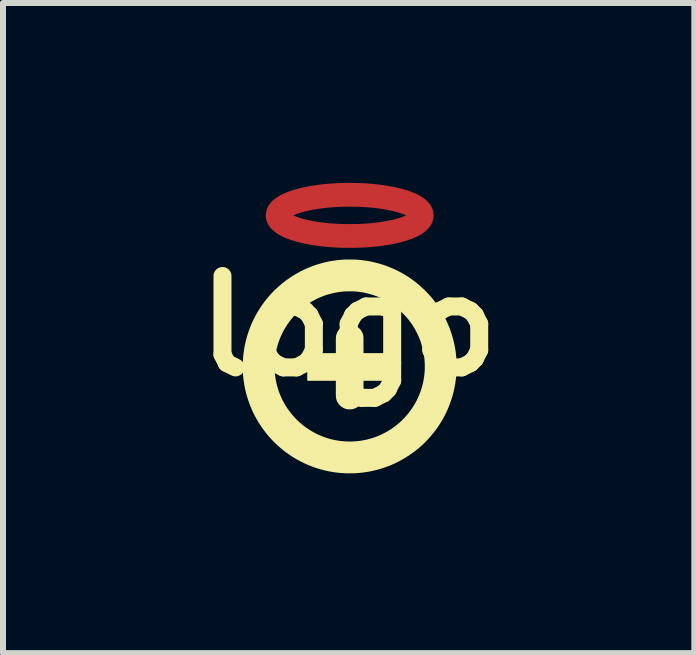
<source format=kicad_pcb>
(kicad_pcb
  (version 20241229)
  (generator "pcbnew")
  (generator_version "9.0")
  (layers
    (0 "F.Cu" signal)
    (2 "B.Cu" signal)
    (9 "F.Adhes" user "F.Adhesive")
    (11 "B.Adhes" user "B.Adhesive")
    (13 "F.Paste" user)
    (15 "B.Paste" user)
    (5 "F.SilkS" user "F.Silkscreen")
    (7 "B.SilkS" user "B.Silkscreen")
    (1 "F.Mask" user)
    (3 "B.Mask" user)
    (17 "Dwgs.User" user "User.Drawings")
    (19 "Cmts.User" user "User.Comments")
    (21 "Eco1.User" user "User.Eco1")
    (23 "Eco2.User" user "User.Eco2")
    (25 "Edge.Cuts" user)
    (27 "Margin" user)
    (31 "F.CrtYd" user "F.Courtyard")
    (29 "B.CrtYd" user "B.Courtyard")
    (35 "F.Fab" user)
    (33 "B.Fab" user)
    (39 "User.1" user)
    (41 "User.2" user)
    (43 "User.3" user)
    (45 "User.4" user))
  (footprint "logo"
    (layer "F.Cu")
    (at 2.765 2.388)
    (property "Reference" "logo" (at 0 0 0) (layer "F.SilkS") (effects (font (size 1.524 1.524) (thickness 0.3))))
    (attr board_only exclude_from_pos_files exclude_from_bom)
    (fp_poly (pts (xy 0.099 -2.387) (xy 0.165 -2.385) (xy 0.229 -2.383) (xy 0.252 -2.382) (xy 0.321 -2.377) (xy 0.389 -2.372) (xy 0.456 -2.365) (xy 0.521 -2.358) (xy 0.585 -2.349) (xy 0.647 -2.34) (xy 0.706 -2.329) (xy 0.764 -2.318) (xy 0.82 -2.306) (xy 0.874 -2.292) (xy 0.926 -2.278) (xy 0.975 -2.263) (xy 1.022 -2.247) (xy 1.066 -2.231) (xy 1.108 -2.213) (xy 1.147 -2.195) (xy 1.173 -2.181) (xy 1.209 -2.161) (xy 1.242 -2.139) (xy 1.272 -2.117) (xy 1.299 -2.093) (xy 1.324 -2.069) (xy 1.345 -2.044) (xy 1.364 -2.017) (xy 1.38 -1.99) (xy 1.393 -1.962) (xy 1.404 -1.933) (xy 1.411 -1.903) (xy 1.413 -1.89) (xy 1.415 -1.878) (xy 1.416 -1.864) (xy 1.416 -1.85) (xy 1.416 -1.835) (xy 1.415 -1.82) (xy 1.414 -1.808) (xy 1.413 -1.801) (xy 1.408 -1.775) (xy 1.401 -1.751) (xy 1.392 -1.727) (xy 1.383 -1.708) (xy 1.368 -1.681) (xy 1.351 -1.656) (xy 1.331 -1.631) (xy 1.309 -1.607) (xy 1.284 -1.584) (xy 1.256 -1.563) (xy 1.226 -1.542) (xy 1.193 -1.521) (xy 1.157 -1.502) (xy 1.118 -1.483) (xy 1.076 -1.465) (xy 1.038 -1.45) (xy 0.988 -1.433) (xy 0.935 -1.416) (xy 0.88 -1.401) (xy 0.823 -1.386) (xy 0.762 -1.373) (xy 0.7 -1.361) (xy 0.635 -1.35) (xy 0.568 -1.34) (xy 0.5 -1.331) (xy 0.429 -1.324) (xy 0.356 -1.317) (xy 0.282 -1.312) (xy 0.205 -1.308) (xy 0.153 -1.306) (xy 0.145 -1.306) (xy 0.134 -1.305) (xy 0.121 -1.305) (xy 0.105 -1.305) (xy 0.089 -1.305) (xy 0.071 -1.305) (xy 0.052 -1.305) (xy 0.033 -1.305) (xy 0.013 -1.305) (xy -0.006 -1.305) (xy -0.025 -1.305) (xy -0.042 -1.305) (xy -0.059 -1.305) (xy -0.074 -1.305) (xy -0.087 -1.305) (xy -0.097 -1.305) (xy -0.104 -1.305) (xy -0.18 -1.308) (xy -0.255 -1.312) (xy -0.328 -1.318) (xy -0.4 -1.324) (xy -0.47 -1.332) (xy -0.538 -1.341) (xy -0.604 -1.35) (xy -0.668 -1.362) (xy -0.73 -1.374) (xy -0.79 -1.387) (xy -0.847 -1.401) (xy -0.902 -1.417) (xy -0.955 -1.433) (xy -1.004 -1.45) (xy -1.01 -1.452) (xy -1.054 -1.47) (xy -1.096 -1.489) (xy -1.135 -1.508) (xy -1.17 -1.528) (xy -1.204 -1.55) (xy -1.234 -1.572) (xy -1.261 -1.595) (xy -1.286 -1.619) (xy -1.308 -1.644) (xy -1.327 -1.669) (xy -1.343 -1.696) (xy -1.357 -1.724) (xy -1.368 -1.753) (xy -1.376 -1.782) (xy -1.379 -1.797) (xy -1.38 -1.807) (xy -1.381 -1.82) (xy -1.382 -1.833) (xy -1.382 -1.846) (xy -0.922 -1.846) (xy -0.921 -1.845) (xy -0.917 -1.843) (xy -0.912 -1.841) (xy -0.905 -1.838) (xy -0.903 -1.837) (xy -0.87 -1.824) (xy -0.834 -1.811) (xy -0.795 -1.799) (xy -0.754 -1.787) (xy -0.711 -1.776) (xy -0.666 -1.765) (xy -0.618 -1.756) (xy -0.569 -1.747) (xy -0.518 -1.738) (xy -0.465 -1.731) (xy -0.412 -1.724) (xy -0.366 -1.719) (xy -0.335 -1.716) (xy -0.305 -1.713) (xy -0.275 -1.711) (xy -0.245 -1.709) (xy -0.214 -1.707) (xy -0.181 -1.705) (xy -0.147 -1.704) (xy -0.11 -1.702) (xy -0.08 -1.701) (xy -0.074 -1.701) (xy -0.064 -1.701) (xy -0.053 -1.701) (xy -0.039 -1.701) (xy -0.024 -1.701) (xy -0.008 -1.701) (xy 0.01 -1.701) (xy 0.028 -1.701) (xy 0.047 -1.701) (xy 0.066 -1.701) (xy 0.084 -1.702) (xy 0.102 -1.702) (xy 0.118 -1.702) (xy 0.134 -1.702) (xy 0.148 -1.702) (xy 0.159 -1.703) (xy 0.169 -1.703) (xy 0.176 -1.703) (xy 0.176 -1.703) (xy 0.214 -1.705) (xy 0.249 -1.707) (xy 0.283 -1.709) (xy 0.315 -1.711) (xy 0.346 -1.714) (xy 0.376 -1.717) (xy 0.407 -1.72) (xy 0.428 -1.722) (xy 0.488 -1.729) (xy 0.547 -1.738) (xy 0.603 -1.747) (xy 0.657 -1.757) (xy 0.709 -1.768) (xy 0.759 -1.779) (xy 0.806 -1.792) (xy 0.851 -1.805) (xy 0.873 -1.813) (xy 0.884 -1.816) (xy 0.895 -1.82) (xy 0.906 -1.824) (xy 0.917 -1.829) (xy 0.927 -1.833) (xy 0.936 -1.836) (xy 0.944 -1.84) (xy 0.95 -1.843) (xy 0.955 -1.845) (xy 0.956 -1.846) (xy 0.956 -1.846) (xy 0.954 -1.847) (xy 0.95 -1.849) (xy 0.944 -1.852) (xy 0.936 -1.855) (xy 0.928 -1.859) (xy 0.919 -1.862) (xy 0.91 -1.866) (xy 0.902 -1.869) (xy 0.897 -1.871) (xy 0.856 -1.885) (xy 0.814 -1.898) (xy 0.768 -1.91) (xy 0.72 -1.922) (xy 0.67 -1.932) (xy 0.618 -1.942) (xy 0.564 -1.952) (xy 0.507 -1.96) (xy 0.45 -1.967) (xy 0.391 -1.974) (xy 0.33 -1.979) (xy 0.268 -1.984) (xy 0.256 -1.984) (xy 0.238 -1.985) (xy 0.221 -1.986) (xy 0.206 -1.987) (xy 0.191 -1.988) (xy 0.177 -1.988) (xy 0.163 -1.989) (xy 0.148 -1.989) (xy 0.133 -1.99) (xy 0.116 -1.99) (xy 0.098 -1.99) (xy 0.077 -1.99) (xy 0.054 -1.991) (xy 0.051 -1.991) (xy 0.018 -1.991) (xy -0.012 -1.991) (xy -0.041 -1.991) (xy -0.067 -1.99) (xy -0.093 -1.99) (xy -0.118 -1.989) (xy -0.143 -1.988) (xy -0.168 -1.987) (xy -0.194 -1.986) (xy -0.197 -1.986) (xy -0.26 -1.982) (xy -0.322 -1.977) (xy -0.382 -1.971) (xy -0.44 -1.964) (xy -0.497 -1.956) (xy -0.552 -1.948) (xy -0.605 -1.939) (xy -0.656 -1.928) (xy -0.705 -1.917) (xy -0.751 -1.906) (xy -0.795 -1.893) (xy -0.836 -1.88) (xy -0.875 -1.866) (xy -0.906 -1.854) (xy -0.912 -1.851) (xy -0.917 -1.848) (xy -0.921 -1.847) (xy -0.922 -1.846) (xy -1.382 -1.846) (xy -1.382 -1.847) (xy -1.382 -1.86) (xy -1.381 -1.872) (xy -1.381 -1.875) (xy -1.376 -1.906) (xy -1.369 -1.935) (xy -1.358 -1.964) (xy -1.345 -1.992) (xy -1.329 -2.019) (xy -1.31 -2.045) (xy -1.289 -2.07) (xy -1.273 -2.086) (xy -1.247 -2.109) (xy -1.219 -2.131) (xy -1.188 -2.152) (xy -1.155 -2.173) (xy -1.119 -2.192) (xy -1.08 -2.211) (xy -1.038 -2.228) (xy -1.016 -2.237) (xy -0.968 -2.254) (xy -0.916 -2.271) (xy -0.863 -2.286) (xy -0.806 -2.301) (xy -0.747 -2.314) (xy -0.686 -2.327) (xy -0.622 -2.338) (xy -0.557 -2.348) (xy -0.489 -2.358) (xy -0.419 -2.366) (xy -0.347 -2.373) (xy -0.29 -2.377) (xy -0.229 -2.381) (xy -0.165 -2.384) (xy -0.1 -2.386) (xy -0.034 -2.387) (xy 0.033 -2.388)) (stroke (width 0) (type solid)) (fill yes) (layer "F.Cu"))
    (fp_poly (pts (xy 0.099 -2.387) (xy 0.165 -2.385) (xy 0.229 -2.383) (xy 0.252 -2.382) (xy 0.321 -2.377) (xy 0.389 -2.372) (xy 0.456 -2.365) (xy 0.521 -2.358) (xy 0.585 -2.349) (xy 0.647 -2.34) (xy 0.706 -2.329) (xy 0.764 -2.318) (xy 0.82 -2.306) (xy 0.874 -2.292) (xy 0.926 -2.278) (xy 0.975 -2.263) (xy 1.022 -2.247) (xy 1.066 -2.231) (xy 1.108 -2.213) (xy 1.147 -2.195) (xy 1.173 -2.181) (xy 1.209 -2.161) (xy 1.242 -2.139) (xy 1.272 -2.117) (xy 1.299 -2.093) (xy 1.324 -2.069) (xy 1.345 -2.044) (xy 1.364 -2.017) (xy 1.38 -1.99) (xy 1.393 -1.962) (xy 1.404 -1.933) (xy 1.411 -1.903) (xy 1.413 -1.89) (xy 1.415 -1.878) (xy 1.416 -1.864) (xy 1.416 -1.85) (xy 1.416 -1.835) (xy 1.415 -1.82) (xy 1.414 -1.808) (xy 1.413 -1.801) (xy 1.408 -1.775) (xy 1.401 -1.751) (xy 1.392 -1.727) (xy 1.383 -1.708) (xy 1.368 -1.681) (xy 1.351 -1.656) (xy 1.331 -1.631) (xy 1.309 -1.607) (xy 1.284 -1.584) (xy 1.256 -1.563) (xy 1.226 -1.542) (xy 1.193 -1.521) (xy 1.157 -1.502) (xy 1.118 -1.483) (xy 1.076 -1.465) (xy 1.038 -1.45) (xy 0.988 -1.433) (xy 0.935 -1.416) (xy 0.88 -1.401) (xy 0.823 -1.386) (xy 0.762 -1.373) (xy 0.7 -1.361) (xy 0.635 -1.35) (xy 0.568 -1.34) (xy 0.5 -1.331) (xy 0.429 -1.324) (xy 0.356 -1.317) (xy 0.282 -1.312) (xy 0.205 -1.308) (xy 0.153 -1.306) (xy 0.145 -1.306) (xy 0.134 -1.305) (xy 0.121 -1.305) (xy 0.105 -1.305) (xy 0.089 -1.305) (xy 0.071 -1.305) (xy 0.052 -1.305) (xy 0.033 -1.305) (xy 0.013 -1.305) (xy -0.006 -1.305) (xy -0.025 -1.305) (xy -0.042 -1.305) (xy -0.059 -1.305) (xy -0.074 -1.305) (xy -0.087 -1.305) (xy -0.097 -1.305) (xy -0.104 -1.305) (xy -0.18 -1.308) (xy -0.255 -1.312) (xy -0.328 -1.318) (xy -0.4 -1.324) (xy -0.47 -1.332) (xy -0.538 -1.341) (xy -0.604 -1.35) (xy -0.668 -1.362) (xy -0.73 -1.374) (xy -0.79 -1.387) (xy -0.847 -1.401) (xy -0.902 -1.417) (xy -0.955 -1.433) (xy -1.004 -1.45) (xy -1.01 -1.452) (xy -1.054 -1.47) (xy -1.096 -1.489) (xy -1.135 -1.508) (xy -1.17 -1.528) (xy -1.204 -1.55) (xy -1.234 -1.572) (xy -1.261 -1.595) (xy -1.286 -1.619) (xy -1.308 -1.644) (xy -1.327 -1.669) (xy -1.343 -1.696) (xy -1.357 -1.724) (xy -1.368 -1.753) (xy -1.376 -1.782) (xy -1.379 -1.797) (xy -1.38 -1.807) (xy -1.381 -1.82) (xy -1.382 -1.833) (xy -1.382 -1.846) (xy -0.922 -1.846) (xy -0.921 -1.845) (xy -0.917 -1.843) (xy -0.912 -1.841) (xy -0.905 -1.838) (xy -0.903 -1.837) (xy -0.87 -1.824) (xy -0.834 -1.811) (xy -0.795 -1.799) (xy -0.754 -1.787) (xy -0.711 -1.776) (xy -0.666 -1.765) (xy -0.618 -1.756) (xy -0.569 -1.747) (xy -0.518 -1.738) (xy -0.465 -1.731) (xy -0.412 -1.724) (xy -0.366 -1.719) (xy -0.335 -1.716) (xy -0.305 -1.713) (xy -0.275 -1.711) (xy -0.245 -1.709) (xy -0.214 -1.707) (xy -0.181 -1.705) (xy -0.147 -1.704) (xy -0.11 -1.702) (xy -0.08 -1.701) (xy -0.074 -1.701) (xy -0.064 -1.701) (xy -0.053 -1.701) (xy -0.039 -1.701) (xy -0.024 -1.701) (xy -0.008 -1.701) (xy 0.01 -1.701) (xy 0.028 -1.701) (xy 0.047 -1.701) (xy 0.066 -1.701) (xy 0.084 -1.702) (xy 0.102 -1.702) (xy 0.118 -1.702) (xy 0.134 -1.702) (xy 0.148 -1.702) (xy 0.159 -1.703) (xy 0.169 -1.703) (xy 0.176 -1.703) (xy 0.176 -1.703) (xy 0.214 -1.705) (xy 0.249 -1.707) (xy 0.283 -1.709) (xy 0.315 -1.711) (xy 0.346 -1.714) (xy 0.376 -1.717) (xy 0.407 -1.72) (xy 0.428 -1.722) (xy 0.488 -1.729) (xy 0.547 -1.738) (xy 0.603 -1.747) (xy 0.657 -1.757) (xy 0.709 -1.768) (xy 0.759 -1.779) (xy 0.806 -1.792) (xy 0.851 -1.805) (xy 0.873 -1.813) (xy 0.884 -1.816) (xy 0.895 -1.82) (xy 0.906 -1.824) (xy 0.917 -1.829) (xy 0.927 -1.833) (xy 0.936 -1.836) (xy 0.944 -1.84) (xy 0.95 -1.843) (xy 0.955 -1.845) (xy 0.956 -1.846) (xy 0.956 -1.846) (xy 0.954 -1.847) (xy 0.95 -1.849) (xy 0.944 -1.852) (xy 0.936 -1.855) (xy 0.928 -1.859) (xy 0.919 -1.862) (xy 0.91 -1.866) (xy 0.902 -1.869) (xy 0.897 -1.871) (xy 0.856 -1.885) (xy 0.814 -1.898) (xy 0.768 -1.91) (xy 0.72 -1.922) (xy 0.67 -1.932) (xy 0.618 -1.942) (xy 0.564 -1.952) (xy 0.507 -1.96) (xy 0.45 -1.967) (xy 0.391 -1.974) (xy 0.33 -1.979) (xy 0.268 -1.984) (xy 0.256 -1.984) (xy 0.238 -1.985) (xy 0.221 -1.986) (xy 0.206 -1.987) (xy 0.191 -1.988) (xy 0.177 -1.988) (xy 0.163 -1.989) (xy 0.148 -1.989) (xy 0.133 -1.99) (xy 0.116 -1.99) (xy 0.098 -1.99) (xy 0.077 -1.99) (xy 0.054 -1.991) (xy 0.051 -1.991) (xy 0.018 -1.991) (xy -0.012 -1.991) (xy -0.041 -1.991) (xy -0.067 -1.99) (xy -0.093 -1.99) (xy -0.118 -1.989) (xy -0.143 -1.988) (xy -0.168 -1.987) (xy -0.194 -1.986) (xy -0.197 -1.986) (xy -0.26 -1.982) (xy -0.322 -1.977) (xy -0.382 -1.971) (xy -0.44 -1.964) (xy -0.497 -1.956) (xy -0.552 -1.948) (xy -0.605 -1.939) (xy -0.656 -1.928) (xy -0.705 -1.917) (xy -0.751 -1.906) (xy -0.795 -1.893) (xy -0.836 -1.88) (xy -0.875 -1.866) (xy -0.906 -1.854) (xy -0.912 -1.851) (xy -0.917 -1.848) (xy -0.921 -1.847) (xy -0.922 -1.846) (xy -1.382 -1.846) (xy -1.382 -1.847) (xy -1.382 -1.86) (xy -1.381 -1.872) (xy -1.381 -1.875) (xy -1.376 -1.906) (xy -1.369 -1.935) (xy -1.358 -1.964) (xy -1.345 -1.992) (xy -1.329 -2.019) (xy -1.31 -2.045) (xy -1.289 -2.07) (xy -1.273 -2.086) (xy -1.247 -2.109) (xy -1.219 -2.131) (xy -1.188 -2.152) (xy -1.155 -2.173) (xy -1.119 -2.192) (xy -1.08 -2.211) (xy -1.038 -2.228) (xy -1.016 -2.237) (xy -0.968 -2.254) (xy -0.916 -2.271) (xy -0.863 -2.286) (xy -0.806 -2.301) (xy -0.747 -2.314) (xy -0.686 -2.327) (xy -0.622 -2.338) (xy -0.557 -2.348) (xy -0.489 -2.358) (xy -0.419 -2.366) (xy -0.347 -2.373) (xy -0.29 -2.377) (xy -0.229 -2.381) (xy -0.165 -2.384) (xy -0.1 -2.386) (xy -0.034 -2.387) (xy 0.033 -2.388)) (stroke (width 0) (type solid)) (fill yes) (layer "F.Mask"))
    (fp_poly (pts (xy 0.034 -0.025) (xy 0.035 -0.025) (xy 0.061 -0.022) (xy 0.086 -0.016) (xy 0.109 -0.007) (xy 0.132 0.004) (xy 0.153 0.019) (xy 0.174 0.036) (xy 0.18 0.042) (xy 0.197 0.06) (xy 0.211 0.079) (xy 0.222 0.099) (xy 0.232 0.12) (xy 0.24 0.144) (xy 0.243 0.158) (xy 0.244 0.16) (xy 0.244 0.163) (xy 0.245 0.165) (xy 0.245 0.168) (xy 0.245 0.172) (xy 0.246 0.176) (xy 0.246 0.181) (xy 0.246 0.188) (xy 0.246 0.195) (xy 0.246 0.205) (xy 0.247 0.216) (xy 0.247 0.229) (xy 0.247 0.244) (xy 0.247 0.262) (xy 0.247 0.282) (xy 0.247 0.304) (xy 0.247 0.311) (xy 0.248 0.451) (xy 0.726 0.451) (xy 0.726 0.913) (xy 0.248 0.913) (xy 0.247 1.053) (xy 0.247 1.077) (xy 0.247 1.097) (xy 0.247 1.116) (xy 0.247 1.131) (xy 0.247 1.145) (xy 0.246 1.157) (xy 0.246 1.166) (xy 0.246 1.175) (xy 0.246 1.181) (xy 0.246 1.187) (xy 0.246 1.192) (xy 0.245 1.195) (xy 0.245 1.198) (xy 0.244 1.201) (xy 0.244 1.204) (xy 0.243 1.206) (xy 0.243 1.207) (xy 0.236 1.233) (xy 0.226 1.257) (xy 0.214 1.28) (xy 0.199 1.301) (xy 0.185 1.318) (xy 0.166 1.336) (xy 0.146 1.351) (xy 0.125 1.364) (xy 0.101 1.374) (xy 0.077 1.383) (xy 0.065 1.385) (xy 0.057 1.387) (xy 0.047 1.388) (xy 0.035 1.389) (xy 0.023 1.389) (xy 0.01 1.389) (xy -0.001 1.389) (xy -0.012 1.389) (xy -0.019 1.388) (xy -0.045 1.382) (xy -0.07 1.374) (xy -0.093 1.362) (xy -0.115 1.349) (xy -0.136 1.332) (xy -0.147 1.321) (xy -0.164 1.303) (xy -0.178 1.282) (xy -0.191 1.26) (xy -0.201 1.237) (xy -0.208 1.213) (xy -0.209 1.207) (xy -0.21 1.202) (xy -0.211 1.197) (xy -0.211 1.191) (xy -0.212 1.185) (xy -0.213 1.177) (xy -0.213 1.169) (xy -0.213 1.159) (xy -0.214 1.148) (xy -0.214 1.135) (xy -0.214 1.12) (xy -0.214 1.103) (xy -0.214 1.083) (xy -0.214 1.061) (xy -0.214 1.036) (xy -0.214 0.913) (xy -0.691 0.913) (xy -0.691 0.451) (xy -0.214 0.451) (xy -0.214 0.328) (xy -0.214 0.303) (xy -0.214 0.281) (xy -0.214 0.261) (xy -0.214 0.244) (xy -0.214 0.229) (xy -0.214 0.216) (xy -0.213 0.205) (xy -0.213 0.195) (xy -0.213 0.187) (xy -0.212 0.18) (xy -0.211 0.173) (xy -0.211 0.168) (xy -0.21 0.163) (xy -0.209 0.158) (xy -0.203 0.135) (xy -0.194 0.112) (xy -0.183 0.09) (xy -0.17 0.069) (xy -0.155 0.05) (xy -0.138 0.033) (xy -0.135 0.031) (xy -0.114 0.014) (xy -0.092 0.001) (xy -0.068 -0.01) (xy -0.044 -0.018) (xy -0.018 -0.023) (xy 0.008 -0.026)) (stroke (width 0) (type solid)) (fill yes) (layer "F.SilkS"))
    (fp_poly (pts (xy 0.044 -1.11) (xy 0.07 -1.11) (xy 0.094 -1.109) (xy 0.117 -1.108) (xy 0.139 -1.107) (xy 0.161 -1.105) (xy 0.184 -1.103) (xy 0.207 -1.101) (xy 0.232 -1.098) (xy 0.237 -1.097) (xy 0.309 -1.087) (xy 0.381 -1.074) (xy 0.452 -1.057) (xy 0.522 -1.038) (xy 0.59 -1.017) (xy 0.658 -0.992) (xy 0.725 -0.965) (xy 0.79 -0.935) (xy 0.854 -0.903) (xy 0.917 -0.868) (xy 0.978 -0.831) (xy 1.038 -0.791) (xy 1.096 -0.748) (xy 1.153 -0.703) (xy 1.207 -0.656) (xy 1.261 -0.606) (xy 1.312 -0.554) (xy 1.362 -0.5) (xy 1.383 -0.475) (xy 1.428 -0.419) (xy 1.471 -0.361) (xy 1.511 -0.302) (xy 1.55 -0.241) (xy 1.585 -0.178) (xy 1.618 -0.115) (xy 1.648 -0.049) (xy 1.676 0.017) (xy 1.701 0.084) (xy 1.723 0.152) (xy 1.743 0.222) (xy 1.76 0.292) (xy 1.774 0.362) (xy 1.785 0.433) (xy 1.793 0.505) (xy 1.793 0.508) (xy 1.798 0.575) (xy 1.8 0.642) (xy 1.8 0.709) (xy 1.798 0.775) (xy 1.795 0.813) (xy 1.788 0.885) (xy 1.778 0.957) (xy 1.765 1.028) (xy 1.749 1.099) (xy 1.731 1.169) (xy 1.709 1.237) (xy 1.685 1.305) (xy 1.658 1.372) (xy 1.629 1.438) (xy 1.597 1.502) (xy 1.562 1.565) (xy 1.524 1.627) (xy 1.484 1.688) (xy 1.442 1.746) (xy 1.397 1.803) (xy 1.388 1.814) (xy 1.354 1.853) (xy 1.318 1.893) (xy 1.28 1.932) (xy 1.242 1.97) (xy 1.202 2.006) (xy 1.174 2.031) (xy 1.121 2.074) (xy 1.065 2.116) (xy 1.008 2.156) (xy 0.948 2.194) (xy 0.887 2.23) (xy 0.825 2.263) (xy 0.762 2.294) (xy 0.699 2.322) (xy 0.686 2.327) (xy 0.618 2.353) (xy 0.549 2.376) (xy 0.48 2.396) (xy 0.409 2.413) (xy 0.338 2.428) (xy 0.266 2.439) (xy 0.194 2.448) (xy 0.12 2.454) (xy 0.106 2.454) (xy 0.1 2.455) (xy 0.09 2.455) (xy 0.079 2.455) (xy 0.066 2.455) (xy 0.052 2.455) (xy 0.037 2.455) (xy 0.021 2.456) (xy 0.006 2.456) (xy -0.009 2.456) (xy -0.023 2.456) (xy -0.036 2.455) (xy -0.047 2.455) (xy -0.056 2.455) (xy -0.063 2.455) (xy -0.063 2.455) (xy -0.104 2.452) (xy -0.142 2.45) (xy -0.177 2.446) (xy -0.191 2.445) (xy -0.263 2.435) (xy -0.334 2.422) (xy -0.405 2.406) (xy -0.475 2.388) (xy -0.544 2.367) (xy -0.612 2.342) (xy -0.679 2.316) (xy -0.745 2.286) (xy -0.809 2.254) (xy -0.873 2.219) (xy -0.935 2.182) (xy -0.995 2.142) (xy -1.054 2.1) (xy -1.111 2.055) (xy -1.115 2.051) (xy -1.171 2.004) (xy -1.224 1.954) (xy -1.276 1.902) (xy -1.325 1.848) (xy -1.372 1.793) (xy -1.416 1.735) (xy -1.458 1.676) (xy -1.498 1.615) (xy -1.512 1.592) (xy -1.547 1.531) (xy -1.58 1.469) (xy -1.61 1.406) (xy -1.637 1.341) (xy -1.662 1.276) (xy -1.684 1.211) (xy -1.685 1.207) (xy -1.703 1.148) (xy -1.718 1.09) (xy -1.731 1.031) (xy -1.742 0.972) (xy -1.751 0.912) (xy -1.758 0.85) (xy -1.763 0.798) (xy -1.764 0.777) (xy -1.765 0.754) (xy -1.766 0.729) (xy -1.766 0.702) (xy -1.766 0.675) (xy -1.766 0.672) (xy -1.235 0.672) (xy -1.235 0.692) (xy -1.234 0.71) (xy -1.234 0.725) (xy -1.234 0.739) (xy -1.234 0.751) (xy -1.233 0.763) (xy -1.232 0.774) (xy -1.231 0.786) (xy -1.23 0.798) (xy -1.229 0.811) (xy -1.227 0.826) (xy -1.226 0.829) (xy -1.217 0.889) (xy -1.206 0.949) (xy -1.191 1.007) (xy -1.173 1.065) (xy -1.153 1.122) (xy -1.13 1.177) (xy -1.105 1.232) (xy -1.076 1.285) (xy -1.046 1.337) (xy -1.012 1.387) (xy -0.976 1.436) (xy -0.938 1.483) (xy -0.898 1.529) (xy -0.865 1.563) (xy -0.82 1.605) (xy -0.774 1.644) (xy -0.726 1.682) (xy -0.676 1.716) (xy -0.625 1.749) (xy -0.573 1.778) (xy -0.519 1.806) (xy -0.464 1.83) (xy -0.408 1.852) (xy -0.351 1.871) (xy -0.293 1.887) (xy -0.234 1.901) (xy -0.175 1.911) (xy -0.114 1.919) (xy -0.054 1.924) (xy -0.027 1.925) (xy -0.015 1.925) (xy -0.003 1.926) (xy 0.008 1.926) (xy 0.02 1.926) (xy 0.033 1.926) (xy 0.047 1.925) (xy 0.063 1.925) (xy 0.074 1.924) (xy 0.109 1.922) (xy 0.146 1.919) (xy 0.185 1.915) (xy 0.223 1.909) (xy 0.261 1.902) (xy 0.29 1.896) (xy 0.349 1.881) (xy 0.407 1.864) (xy 0.464 1.844) (xy 0.52 1.821) (xy 0.574 1.795) (xy 0.627 1.767) (xy 0.679 1.736) (xy 0.73 1.703) (xy 0.778 1.668) (xy 0.825 1.63) (xy 0.871 1.59) (xy 0.914 1.547) (xy 0.955 1.503) (xy 0.995 1.456) (xy 1.032 1.407) (xy 1.066 1.357) (xy 1.098 1.306) (xy 1.128 1.253) (xy 1.155 1.198) (xy 1.179 1.143) (xy 1.2 1.086) (xy 1.219 1.029) (xy 1.234 0.972) (xy 1.247 0.913) (xy 1.257 0.853) (xy 1.264 0.793) (xy 1.269 0.732) (xy 1.27 0.671) (xy 1.268 0.61) (xy 1.264 0.55) (xy 1.264 0.548) (xy 1.256 0.487) (xy 1.246 0.427) (xy 1.232 0.368) (xy 1.216 0.31) (xy 1.198 0.253) (xy 1.176 0.197) (xy 1.152 0.142) (xy 1.125 0.088) (xy 1.096 0.035) (xy 1.064 -0.016) (xy 1.03 -0.065) (xy 0.993 -0.113) (xy 0.954 -0.159) (xy 0.912 -0.203) (xy 0.869 -0.246) (xy 0.831 -0.279) (xy 0.784 -0.318) (xy 0.734 -0.354) (xy 0.683 -0.388) (xy 0.631 -0.419) (xy 0.578 -0.448) (xy 0.523 -0.474) (xy 0.467 -0.497) (xy 0.41 -0.517) (xy 0.351 -0.535) (xy 0.292 -0.55) (xy 0.232 -0.562) (xy 0.174 -0.57) (xy 0.156 -0.573) (xy 0.14 -0.574) (xy 0.124 -0.576) (xy 0.11 -0.577) (xy 0.095 -0.578) (xy 0.079 -0.579) (xy 0.062 -0.579) (xy 0.044 -0.579) (xy 0.023 -0.579) (xy 0.017 -0.579) (xy -0.004 -0.579) (xy -0.023 -0.579) (xy -0.04 -0.579) (xy -0.056 -0.578) (xy -0.071 -0.577) (xy -0.086 -0.576) (xy -0.101 -0.575) (xy -0.117 -0.573) (xy -0.134 -0.571) (xy -0.139 -0.57) (xy -0.2 -0.561) (xy -0.26 -0.549) (xy -0.32 -0.534) (xy -0.378 -0.517) (xy -0.435 -0.496) (xy -0.491 -0.473) (xy -0.546 -0.447) (xy -0.599 -0.418) (xy -0.651 -0.387) (xy -0.702 -0.353) (xy -0.733 -0.331) (xy -0.781 -0.293) (xy -0.827 -0.253) (xy -0.871 -0.211) (xy -0.913 -0.167) (xy -0.952 -0.121) (xy -0.989 -0.074) (xy -1.024 -0.024) (xy -1.056 0.026) (xy -1.086 0.078) (xy -1.113 0.132) (xy -1.138 0.187) (xy -1.16 0.243) (xy -1.179 0.3) (xy -1.196 0.358) (xy -1.21 0.417) (xy -1.221 0.477) (xy -1.226 0.517) (xy -1.228 0.531) (xy -1.23 0.544) (xy -1.231 0.557) (xy -1.232 0.568) (xy -1.233 0.579) (xy -1.233 0.591) (xy -1.234 0.603) (xy -1.234 0.617) (xy -1.234 0.632) (xy -1.235 0.649) (xy -1.235 0.669) (xy -1.235 0.672) (xy -1.766 0.672) (xy -1.766 0.647) (xy -1.765 0.619) (xy -1.764 0.592) (xy -1.763 0.567) (xy -1.762 0.543) (xy -1.761 0.527) (xy -1.753 0.454) (xy -1.743 0.383) (xy -1.73 0.311) (xy -1.714 0.241) (xy -1.695 0.171) (xy -1.673 0.102) (xy -1.649 0.034) (xy -1.622 -0.032) (xy -1.592 -0.098) (xy -1.56 -0.162) (xy -1.525 -0.225) (xy -1.487 -0.287) (xy -1.447 -0.347) (xy -1.404 -0.406) (xy -1.366 -0.454) (xy -1.319 -0.51) (xy -1.269 -0.564) (xy -1.218 -0.615) (xy -1.164 -0.664) (xy -1.109 -0.711) (xy -1.053 -0.755) (xy -0.994 -0.797) (xy -0.935 -0.836) (xy -0.873 -0.873) (xy -0.81 -0.908) (xy -0.746 -0.94) (xy -0.681 -0.969) (xy -0.614 -0.996) (xy -0.547 -1.02) (xy -0.478 -1.041) (xy -0.408 -1.06) (xy -0.338 -1.076) (xy -0.266 -1.088) (xy -0.194 -1.099) (xy -0.163 -1.102) (xy -0.144 -1.104) (xy -0.125 -1.105) (xy -0.108 -1.107) (xy -0.091 -1.108) (xy -0.073 -1.109) (xy -0.055 -1.109) (xy -0.036 -1.11) (xy -0.015 -1.11) (xy 0.009 -1.11) (xy 0.015 -1.11)) (stroke (width 0) (type solid)) (fill yes) (layer "F.SilkS")))
  (gr_rect
    (start -3 -3)
    (end 8.53 7.843)
    (stroke (width 0.1) (type default))
    (fill no)
    (layer "Edge.Cuts")))
</source>
